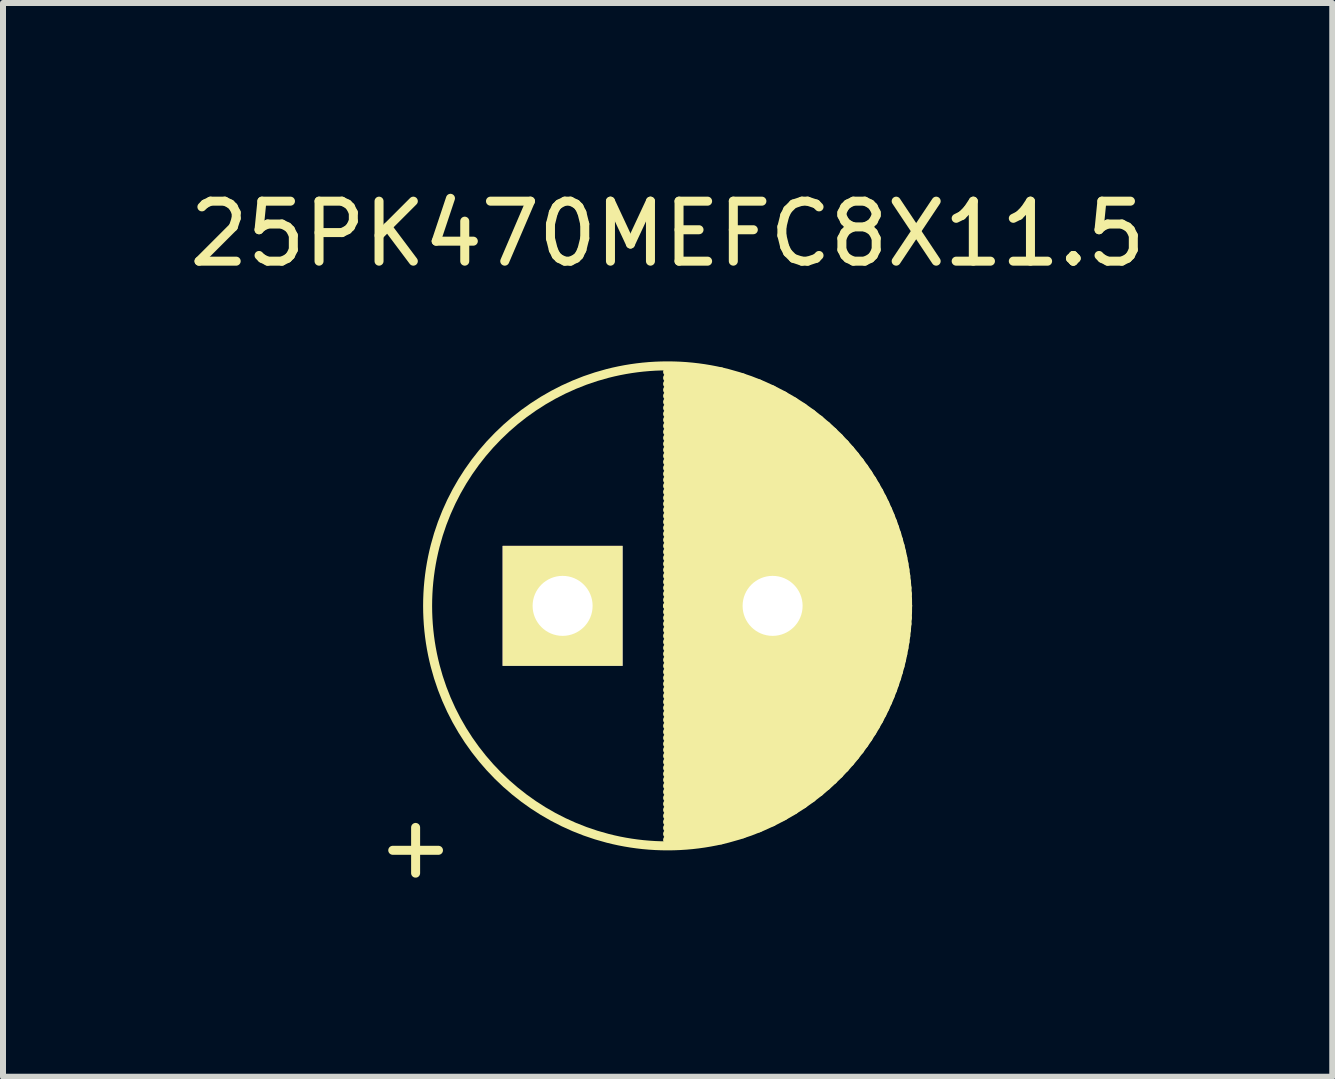
<source format=kicad_pcb>
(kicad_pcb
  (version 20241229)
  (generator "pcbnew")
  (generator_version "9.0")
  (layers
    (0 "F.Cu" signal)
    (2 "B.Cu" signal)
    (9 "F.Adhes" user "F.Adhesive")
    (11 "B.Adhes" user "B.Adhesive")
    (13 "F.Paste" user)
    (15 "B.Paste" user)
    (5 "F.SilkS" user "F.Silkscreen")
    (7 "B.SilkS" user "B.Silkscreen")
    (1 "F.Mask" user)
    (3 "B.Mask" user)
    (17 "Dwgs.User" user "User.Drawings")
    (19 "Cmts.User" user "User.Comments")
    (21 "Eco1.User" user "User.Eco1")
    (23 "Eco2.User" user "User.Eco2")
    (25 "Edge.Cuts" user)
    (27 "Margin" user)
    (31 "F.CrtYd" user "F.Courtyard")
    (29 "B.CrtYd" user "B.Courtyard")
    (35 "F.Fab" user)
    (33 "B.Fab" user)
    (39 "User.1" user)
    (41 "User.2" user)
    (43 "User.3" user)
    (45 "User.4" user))
  (footprint "25PK470MEFC8X11.5"
    (layer "F.Cu")
    (at 6.327 7.048)
    (property "Reference" "25PK470MEFC8X11.5" (at 1.75 -6.2 0) (layer "F.SilkS") (effects (font (size 1 1) (thickness 0.15))))
    (attr through_hole)
    (fp_line (start 1.75 -3.9) (end 2.639 -3.9) (stroke (width 0.15) (type solid)) (layer "F.SilkS"))
    (fp_line (start 1.75 -3.8) (end 2.999 -3.8) (stroke (width 0.15) (type solid)) (layer "F.SilkS"))
    (fp_line (start 1.75 -3.7) (end 3.27 -3.7) (stroke (width 0.15) (type solid)) (layer "F.SilkS"))
    (fp_line (start 1.75 -3.6) (end 3.494 -3.6) (stroke (width 0.15) (type solid)) (layer "F.SilkS"))
    (fp_line (start 1.75 -3.5) (end 3.686 -3.5) (stroke (width 0.15) (type solid)) (layer "F.SilkS"))
    (fp_line (start 1.75 -3.4) (end 3.857 -3.4) (stroke (width 0.15) (type solid)) (layer "F.SilkS"))
    (fp_line (start 1.75 -3.3) (end 4.011 -3.3) (stroke (width 0.15) (type solid)) (layer "F.SilkS"))
    (fp_line (start 1.75 -3.2) (end 4.15 -3.2) (stroke (width 0.15) (type solid)) (layer "F.SilkS"))
    (fp_line (start 1.75 -3.1) (end 4.278 -3.1) (stroke (width 0.15) (type solid)) (layer "F.SilkS"))
    (fp_line (start 1.75 -3) (end 4.396 -3) (stroke (width 0.15) (type solid)) (layer "F.SilkS"))
    (fp_line (start 1.75 -2.9) (end 4.505 -2.9) (stroke (width 0.15) (type solid)) (layer "F.SilkS"))
    (fp_line (start 1.75 -2.8) (end 4.607 -2.8) (stroke (width 0.15) (type solid)) (layer "F.SilkS"))
    (fp_line (start 1.75 -2.7) (end 4.701 -2.7) (stroke (width 0.15) (type solid)) (layer "F.SilkS"))
    (fp_line (start 1.75 -2.6) (end 4.79 -2.6) (stroke (width 0.15) (type solid)) (layer "F.SilkS"))
    (fp_line (start 1.75 -2.5) (end 4.872 -2.5) (stroke (width 0.15) (type solid)) (layer "F.SilkS"))
    (fp_line (start 1.75 -2.4) (end 4.95 -2.4) (stroke (width 0.15) (type solid)) (layer "F.SilkS"))
    (fp_line (start 1.75 -2.3) (end 5.023 -2.3) (stroke (width 0.15) (type solid)) (layer "F.SilkS"))
    (fp_line (start 1.75 -2.2) (end 5.091 -2.2) (stroke (width 0.15) (type solid)) (layer "F.SilkS"))
    (fp_line (start 1.75 -2.1) (end 5.154 -2.1) (stroke (width 0.15) (type solid)) (layer "F.SilkS"))
    (fp_line (start 1.75 -2) (end 5.214 -2) (stroke (width 0.15) (type solid)) (layer "F.SilkS"))
    (fp_line (start 1.75 -1.9) (end 5.27 -1.9) (stroke (width 0.15) (type solid)) (layer "F.SilkS"))
    (fp_line (start 1.75 -1.8) (end 5.322 -1.8) (stroke (width 0.15) (type solid)) (layer "F.SilkS"))
    (fp_line (start 1.75 -1.7) (end 5.371 -1.7) (stroke (width 0.15) (type solid)) (layer "F.SilkS"))
    (fp_line (start 1.75 -1.6) (end 5.416 -1.6) (stroke (width 0.15) (type solid)) (layer "F.SilkS"))
    (fp_line (start 1.75 -1.5) (end 5.458 -1.5) (stroke (width 0.15) (type solid)) (layer "F.SilkS"))
    (fp_line (start 1.75 -1.4) (end 5.497 -1.4) (stroke (width 0.15) (type solid)) (layer "F.SilkS"))
    (fp_line (start 1.75 -1.3) (end 5.533 -1.3) (stroke (width 0.15) (type solid)) (layer "F.SilkS"))
    (fp_line (start 1.75 -1.2) (end 5.566 -1.2) (stroke (width 0.15) (type solid)) (layer "F.SilkS"))
    (fp_line (start 1.75 -1.1) (end 5.596 -1.1) (stroke (width 0.15) (type solid)) (layer "F.SilkS"))
    (fp_line (start 1.75 -1) (end 5.623 -1) (stroke (width 0.15) (type solid)) (layer "F.SilkS"))
    (fp_line (start 1.75 -0.9) (end 5.647 -0.9) (stroke (width 0.15) (type solid)) (layer "F.SilkS"))
    (fp_line (start 1.75 -0.8) (end 5.669 -0.8) (stroke (width 0.15) (type solid)) (layer "F.SilkS"))
    (fp_line (start 1.75 -0.7) (end 5.688 -0.7) (stroke (width 0.15) (type solid)) (layer "F.SilkS"))
    (fp_line (start 1.75 -0.6) (end 5.705 -0.6) (stroke (width 0.15) (type solid)) (layer "F.SilkS"))
    (fp_line (start 1.75 -0.5) (end 5.719 -0.5) (stroke (width 0.15) (type solid)) (layer "F.SilkS"))
    (fp_line (start 1.75 -0.4) (end 5.73 -0.4) (stroke (width 0.15) (type solid)) (layer "F.SilkS"))
    (fp_line (start 1.75 -0.3) (end 5.739 -0.3) (stroke (width 0.15) (type solid)) (layer "F.SilkS"))
    (fp_line (start 1.75 -0.2) (end 5.745 -0.2) (stroke (width 0.15) (type solid)) (layer "F.SilkS"))
    (fp_line (start 1.75 -0.1) (end 5.749 -0.1) (stroke (width 0.15) (type solid)) (layer "F.SilkS"))
    (fp_line (start 1.75 0) (end 5.75 0) (stroke (width 0.15) (type solid)) (layer "F.SilkS"))
    (fp_line (start 1.75 0) (end 5.75 0) (stroke (width 0.15) (type solid)) (layer "F.SilkS"))
    (fp_line (start 1.75 0.1) (end 5.749 0.1) (stroke (width 0.15) (type solid)) (layer "F.SilkS"))
    (fp_line (start 1.75 0.2) (end 5.745 0.2) (stroke (width 0.15) (type solid)) (layer "F.SilkS"))
    (fp_line (start 1.75 0.3) (end 5.739 0.3) (stroke (width 0.15) (type solid)) (layer "F.SilkS"))
    (fp_line (start 1.75 0.4) (end 5.73 0.4) (stroke (width 0.15) (type solid)) (layer "F.SilkS"))
    (fp_line (start 1.75 0.5) (end 5.719 0.5) (stroke (width 0.15) (type solid)) (layer "F.SilkS"))
    (fp_line (start 1.75 0.6) (end 5.705 0.6) (stroke (width 0.15) (type solid)) (layer "F.SilkS"))
    (fp_line (start 1.75 0.7) (end 5.688 0.7) (stroke (width 0.15) (type solid)) (layer "F.SilkS"))
    (fp_line (start 1.75 0.8) (end 5.669 0.8) (stroke (width 0.15) (type solid)) (layer "F.SilkS"))
    (fp_line (start 1.75 0.9) (end 5.647 0.9) (stroke (width 0.15) (type solid)) (layer "F.SilkS"))
    (fp_line (start 1.75 1) (end 5.623 1) (stroke (width 0.15) (type solid)) (layer "F.SilkS"))
    (fp_line (start 1.75 1.1) (end 5.596 1.1) (stroke (width 0.15) (type solid)) (layer "F.SilkS"))
    (fp_line (start 1.75 1.2) (end 5.566 1.2) (stroke (width 0.15) (type solid)) (layer "F.SilkS"))
    (fp_line (start 1.75 1.3) (end 5.533 1.3) (stroke (width 0.15) (type solid)) (layer "F.SilkS"))
    (fp_line (start 1.75 1.4) (end 5.497 1.4) (stroke (width 0.15) (type solid)) (layer "F.SilkS"))
    (fp_line (start 1.75 1.5) (end 5.458 1.5) (stroke (width 0.15) (type solid)) (layer "F.SilkS"))
    (fp_line (start 1.75 1.6) (end 5.416 1.6) (stroke (width 0.15) (type solid)) (layer "F.SilkS"))
    (fp_line (start 1.75 1.7) (end 5.371 1.7) (stroke (width 0.15) (type solid)) (layer "F.SilkS"))
    (fp_line (start 1.75 1.8) (end 5.322 1.8) (stroke (width 0.15) (type solid)) (layer "F.SilkS"))
    (fp_line (start 1.75 1.9) (end 5.27 1.9) (stroke (width 0.15) (type solid)) (layer "F.SilkS"))
    (fp_line (start 1.75 2) (end 5.214 2) (stroke (width 0.15) (type solid)) (layer "F.SilkS"))
    (fp_line (start 1.75 2.1) (end 5.154 2.1) (stroke (width 0.15) (type solid)) (layer "F.SilkS"))
    (fp_line (start 1.75 2.2) (end 5.091 2.2) (stroke (width 0.15) (type solid)) (layer "F.SilkS"))
    (fp_line (start 1.75 2.3) (end 5.023 2.3) (stroke (width 0.15) (type solid)) (layer "F.SilkS"))
    (fp_line (start 1.75 2.4) (end 4.95 2.4) (stroke (width 0.15) (type solid)) (layer "F.SilkS"))
    (fp_line (start 1.75 2.5) (end 4.872 2.5) (stroke (width 0.15) (type solid)) (layer "F.SilkS"))
    (fp_line (start 1.75 2.6) (end 4.79 2.6) (stroke (width 0.15) (type solid)) (layer "F.SilkS"))
    (fp_line (start 1.75 2.7) (end 4.701 2.7) (stroke (width 0.15) (type solid)) (layer "F.SilkS"))
    (fp_line (start 1.75 2.8) (end 4.607 2.8) (stroke (width 0.15) (type solid)) (layer "F.SilkS"))
    (fp_line (start 1.75 2.9) (end 4.505 2.9) (stroke (width 0.15) (type solid)) (layer "F.SilkS"))
    (fp_line (start 1.75 3) (end 4.396 3) (stroke (width 0.15) (type solid)) (layer "F.SilkS"))
    (fp_line (start 1.75 3.1) (end 4.278 3.1) (stroke (width 0.15) (type solid)) (layer "F.SilkS"))
    (fp_line (start 1.75 3.2) (end 4.15 3.2) (stroke (width 0.15) (type solid)) (layer "F.SilkS"))
    (fp_line (start 1.75 3.3) (end 4.011 3.3) (stroke (width 0.15) (type solid)) (layer "F.SilkS"))
    (fp_line (start 1.75 3.4) (end 3.857 3.4) (stroke (width 0.15) (type solid)) (layer "F.SilkS"))
    (fp_line (start 1.75 3.5) (end 3.686 3.5) (stroke (width 0.15) (type solid)) (layer "F.SilkS"))
    (fp_line (start 1.75 3.6) (end 3.494 3.6) (stroke (width 0.15) (type solid)) (layer "F.SilkS"))
    (fp_line (start 1.75 3.7) (end 3.27 3.7) (stroke (width 0.15) (type solid)) (layer "F.SilkS"))
    (fp_line (start 1.75 3.8) (end 2.999 3.8) (stroke (width 0.15) (type solid)) (layer "F.SilkS"))
    (fp_line (start 1.75 3.9) (end 2.639 3.9) (stroke (width 0.15) (type solid)) (layer "F.SilkS"))
    (fp_circle (center 1.75 0) (end 1.75 -4) (stroke (width 0.15) (type solid)) (fill no) (layer "F.SilkS"))
    (fp_text user "+" (at -2.45 4 0) (layer "F.SilkS") (effects (font (size 1 1) (thickness 0.15))))
    (pad "1" thru_hole rect (at 0 0) (size 2 2) (drill 1) (layers "*.Cu" "*.Mask" "F.SilkS"))
    (pad "2" thru_hole circle (at 3.5 0) (size 2 2) (drill 1) (layers "*.Cu" "*.Mask" "F.SilkS")))
  (gr_rect
    (start -3 -3)
    (end 19.155 14.896)
    (stroke (width 0.1) (type default))
    (fill no)
    (layer "Edge.Cuts")))
</source>
